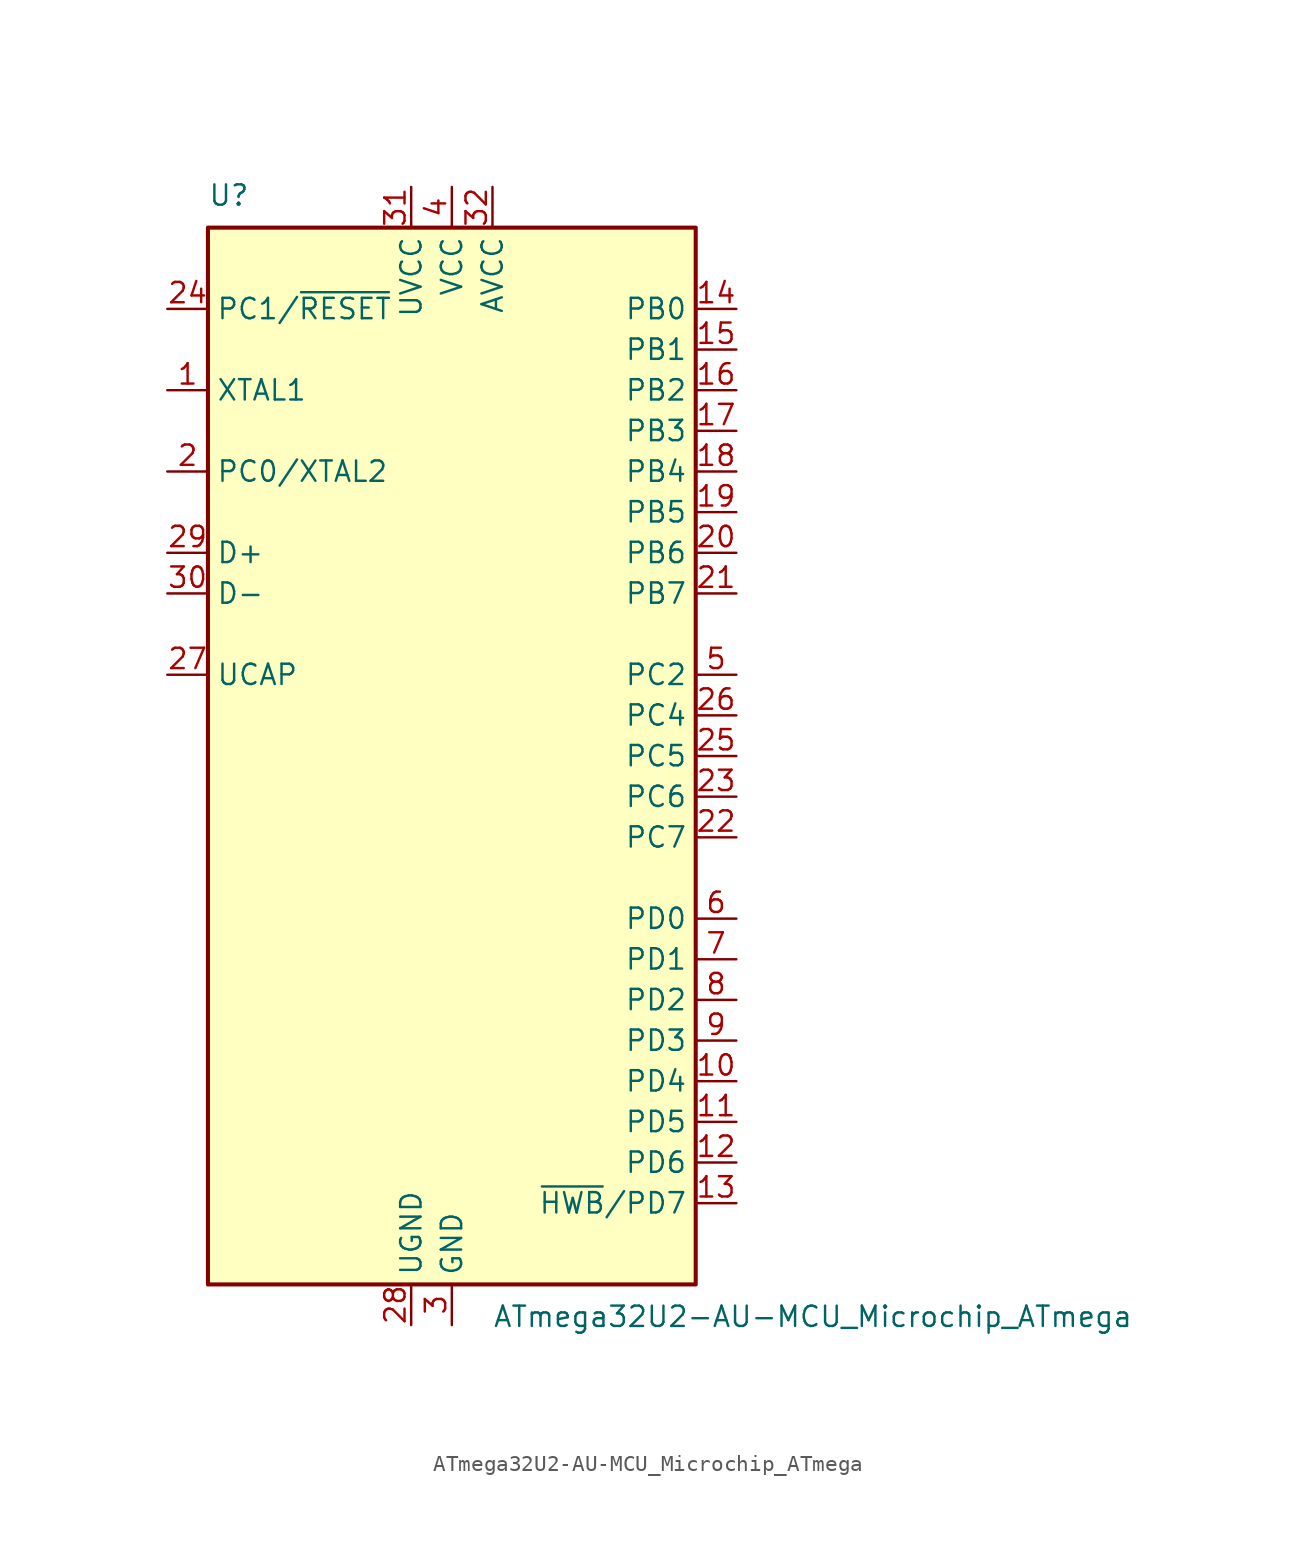
<source format=kicad_sym>
(kicad_symbol_lib
  (version 20211014)
  (generator kicad_symbol_editor)
  (symbol "ATmega32U2-AU-MCU_Microchip_ATmega"
    (property "Reference" "U"
      (at -15.24 34.29 0)
      (effects (font (size 1.27 1.27)) (justify left bottom)))
    (property "Value" "ATmega32U2-AU-MCU_Microchip_ATmega"
      (at 2.54 -34.29 0)
      (effects (font (size 1.27 1.27)) (justify left top)))
    (symbol "ATmega32U2-AU-MCU_Microchip_ATmega_0_1"
      (rectangle (start -15.24 -33.02) (end 15.24 33.02) (stroke (width 0.254) (type default) (color 0 0 0 0)) (fill (type background))))
    (symbol "ATmega32U2-AU-MCU_Microchip_ATmega_1_1"
      (pin input line (at -17.78 22.86 0) (length 2.54) (name "XTAL1" (effects (font (size 1.27 1.27)))) (number "1" (effects (font (size 1.27 1.27)))))
      (pin bidirectional line (at 17.78 -20.32 180) (length 2.54) (name "PD4" (effects (font (size 1.27 1.27)))) (number "10" (effects (font (size 1.27 1.27)))))
      (pin bidirectional line (at 17.78 -22.86 180) (length 2.54) (name "PD5" (effects (font (size 1.27 1.27)))) (number "11" (effects (font (size 1.27 1.27)))))
      (pin bidirectional line (at 17.78 -25.4 180) (length 2.54) (name "PD6" (effects (font (size 1.27 1.27)))) (number "12" (effects (font (size 1.27 1.27)))))
      (pin bidirectional line (at 17.78 -27.94 180) (length 2.54) (name "~{HWB}/PD7" (effects (font (size 1.27 1.27)))) (number "13" (effects (font (size 1.27 1.27)))))
      (pin bidirectional line (at 17.78 27.94 180) (length 2.54) (name "PB0" (effects (font (size 1.27 1.27)))) (number "14" (effects (font (size 1.27 1.27)))))
      (pin bidirectional line (at 17.78 25.4 180) (length 2.54) (name "PB1" (effects (font (size 1.27 1.27)))) (number "15" (effects (font (size 1.27 1.27)))))
      (pin bidirectional line (at 17.78 22.86 180) (length 2.54) (name "PB2" (effects (font (size 1.27 1.27)))) (number "16" (effects (font (size 1.27 1.27)))))
      (pin bidirectional line (at 17.78 20.32 180) (length 2.54) (name "PB3" (effects (font (size 1.27 1.27)))) (number "17" (effects (font (size 1.27 1.27)))))
      (pin bidirectional line (at 17.78 17.78 180) (length 2.54) (name "PB4" (effects (font (size 1.27 1.27)))) (number "18" (effects (font (size 1.27 1.27)))))
      (pin bidirectional line (at 17.78 15.24 180) (length 2.54) (name "PB5" (effects (font (size 1.27 1.27)))) (number "19" (effects (font (size 1.27 1.27)))))
      (pin bidirectional line (at -17.78 17.78 0) (length 2.54) (name "PC0/XTAL2" (effects (font (size 1.27 1.27)))) (number "2" (effects (font (size 1.27 1.27)))))
      (pin bidirectional line (at 17.78 12.7 180) (length 2.54) (name "PB6" (effects (font (size 1.27 1.27)))) (number "20" (effects (font (size 1.27 1.27)))))
      (pin bidirectional line (at 17.78 10.16 180) (length 2.54) (name "PB7" (effects (font (size 1.27 1.27)))) (number "21" (effects (font (size 1.27 1.27)))))
      (pin bidirectional line (at 17.78 -5.08 180) (length 2.54) (name "PC7" (effects (font (size 1.27 1.27)))) (number "22" (effects (font (size 1.27 1.27)))))
      (pin bidirectional line (at 17.78 -2.54 180) (length 2.54) (name "PC6" (effects (font (size 1.27 1.27)))) (number "23" (effects (font (size 1.27 1.27)))))
      (pin bidirectional line (at -17.78 27.94 0) (length 2.54) (name "PC1/~{RESET}" (effects (font (size 1.27 1.27)))) (number "24" (effects (font (size 1.27 1.27)))))
      (pin bidirectional line (at 17.78 0 180) (length 2.54) (name "PC5" (effects (font (size 1.27 1.27)))) (number "25" (effects (font (size 1.27 1.27)))))
      (pin bidirectional line (at 17.78 2.54 180) (length 2.54) (name "PC4" (effects (font (size 1.27 1.27)))) (number "26" (effects (font (size 1.27 1.27)))))
      (pin passive line (at -17.78 5.08 0) (length 2.54) (name "UCAP" (effects (font (size 1.27 1.27)))) (number "27" (effects (font (size 1.27 1.27)))))
      (pin power_in line (at -2.54 -35.56 90) (length 2.54) (name "UGND" (effects (font (size 1.27 1.27)))) (number "28" (effects (font (size 1.27 1.27)))))
      (pin bidirectional line (at -17.78 12.7 0) (length 2.54) (name "D+" (effects (font (size 1.27 1.27)))) (number "29" (effects (font (size 1.27 1.27)))))
      (pin power_in line (at 0 -35.56 90) (length 2.54) (name "GND" (effects (font (size 1.27 1.27)))) (number "3" (effects (font (size 1.27 1.27)))))
      (pin bidirectional line (at -17.78 10.16 0) (length 2.54) (name "D-" (effects (font (size 1.27 1.27)))) (number "30" (effects (font (size 1.27 1.27)))))
      (pin power_in line (at -2.54 35.56 270) (length 2.54) (name "UVCC" (effects (font (size 1.27 1.27)))) (number "31" (effects (font (size 1.27 1.27)))))
      (pin power_in line (at 2.54 35.56 270) (length 2.54) (name "AVCC" (effects (font (size 1.27 1.27)))) (number "32" (effects (font (size 1.27 1.27)))))
      (pin power_in line (at 0 35.56 270) (length 2.54) (name "VCC" (effects (font (size 1.27 1.27)))) (number "4" (effects (font (size 1.27 1.27)))))
      (pin bidirectional line (at 17.78 5.08 180) (length 2.54) (name "PC2" (effects (font (size 1.27 1.27)))) (number "5" (effects (font (size 1.27 1.27)))))
      (pin bidirectional line (at 17.78 -10.16 180) (length 2.54) (name "PD0" (effects (font (size 1.27 1.27)))) (number "6" (effects (font (size 1.27 1.27)))))
      (pin bidirectional line (at 17.78 -12.7 180) (length 2.54) (name "PD1" (effects (font (size 1.27 1.27)))) (number "7" (effects (font (size 1.27 1.27)))))
      (pin bidirectional line (at 17.78 -15.24 180) (length 2.54) (name "PD2" (effects (font (size 1.27 1.27)))) (number "8" (effects (font (size 1.27 1.27)))))
      (pin bidirectional line (at 17.78 -17.78 180) (length 2.54) (name "PD3" (effects (font (size 1.27 1.27)))) (number "9" (effects (font (size 1.27 1.27))))))))
</source>
